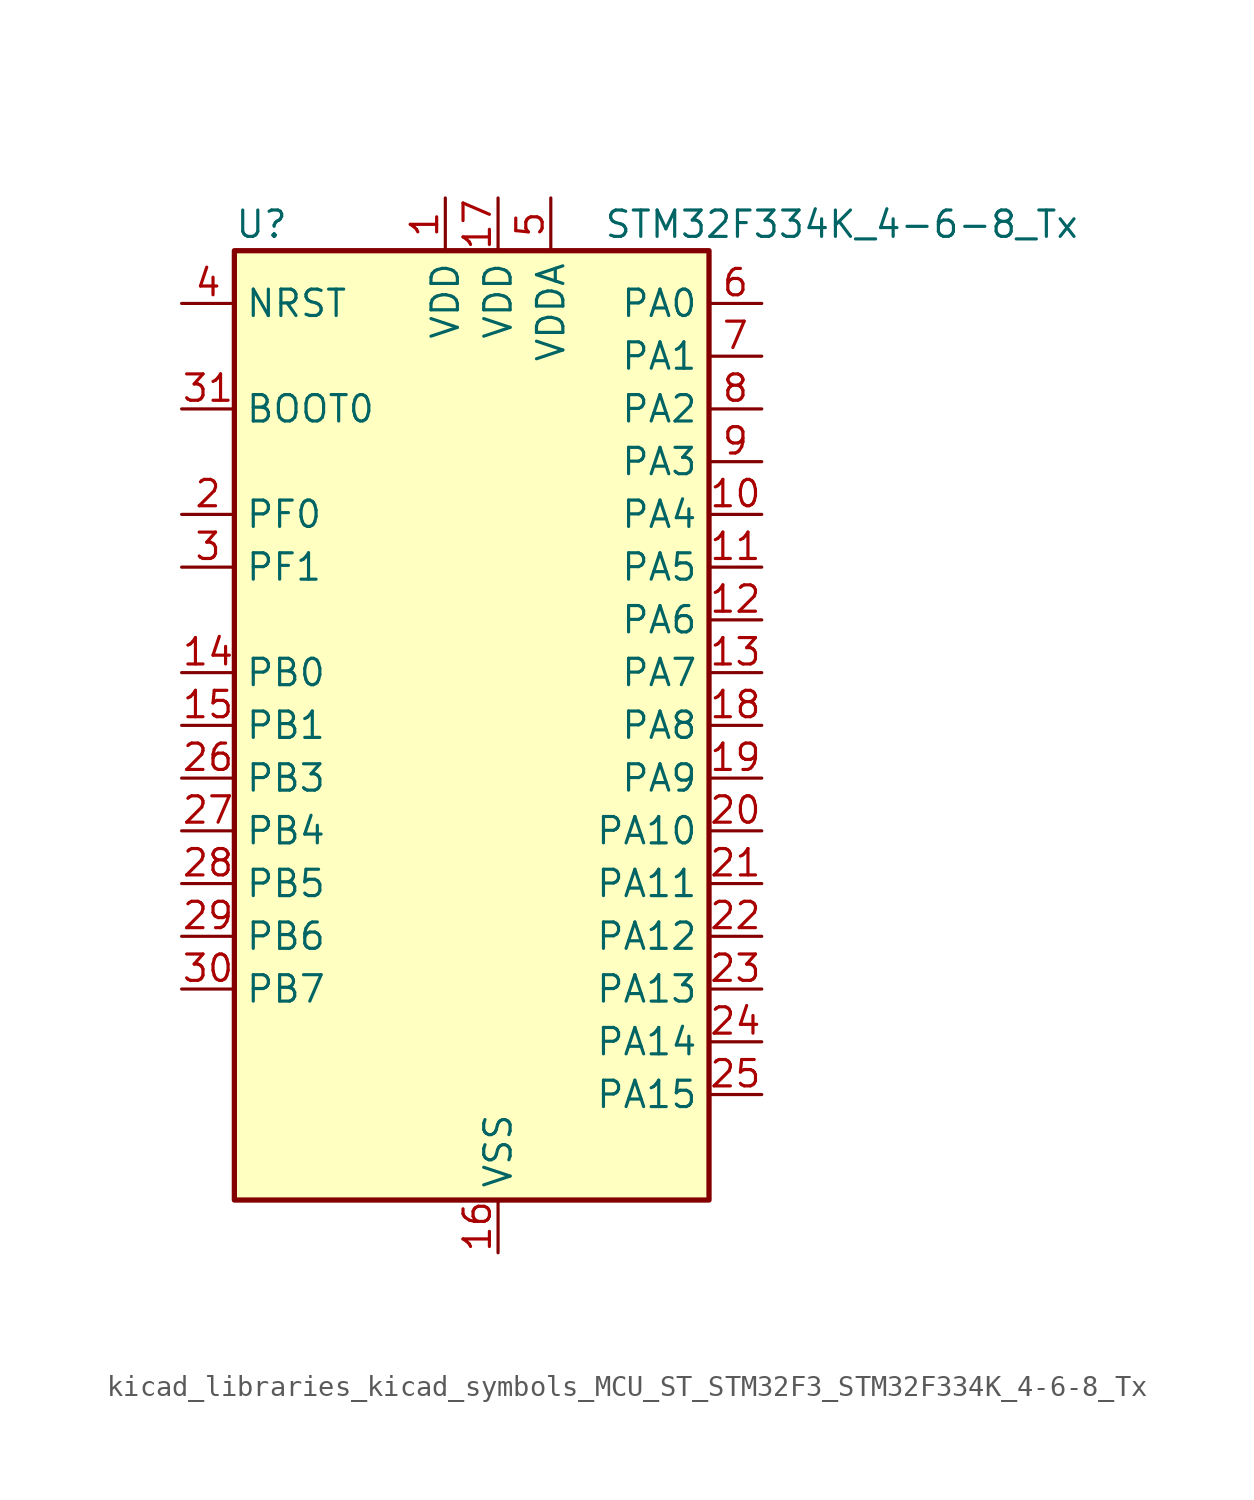
<source format=kicad_sym>
(kicad_symbol_lib
  (version 20220914)
  (generator kicad_symbol_editor)
  (symbol "kicad_libraries_kicad_symbols_MCU_ST_STM32F3_STM32F334K_4-6-8_Tx"
    (property "Reference" "U"
      (at -10.16 24.13 0)
      (effects (font (size 1.27 1.27)) (justify left)))
    (property "Value" "STM32F334K_4-6-8_Tx"
      (at 7.62 24.13 0)
      (effects (font (size 1.27 1.27)) (justify left)))
    (property "ki_locked" ""
      (at 0 0 0)
      (effects (font (size 1.27 1.27))))
    (symbol "kicad_libraries_kicad_symbols_MCU_ST_STM32F3_STM32F334K_4-6-8_Tx_0_1"
      (rectangle (start -10.16 -22.86) (end 12.7 22.86) (stroke (width 0.254) (type default)) (fill (type background))))
    (symbol "kicad_libraries_kicad_symbols_MCU_ST_STM32F3_STM32F334K_4-6-8_Tx_1_1"
      (pin power_in line (at 0 25.4 270) (length 2.54) (name "VDD" (effects (font (size 1.27 1.27)))) (number "1" (effects (font (size 1.27 1.27)))))
      (pin bidirectional line (at 15.24 10.16 180) (length 2.54) (name "PA4" (effects (font (size 1.27 1.27)))) (number "10" (effects (font (size 1.27 1.27)))) (alternate "ADC2_IN1" bidirectional line) (alternate "COMP2_INM" bidirectional line) (alternate "COMP4_INM" bidirectional line) (alternate "DAC1_OUT1" bidirectional line) (alternate "SPI1_NSS" bidirectional line) (alternate "TIM3_CH2" bidirectional line) (alternate "TSC_G2_IO1" bidirectional line) (alternate "USART2_CK" bidirectional line))
      (pin bidirectional line (at 15.24 7.62 180) (length 2.54) (name "PA5" (effects (font (size 1.27 1.27)))) (number "11" (effects (font (size 1.27 1.27)))) (alternate "ADC2_IN2" bidirectional line) (alternate "DAC1_OUT2" bidirectional line) (alternate "OPAMP2_VINM" bidirectional line) (alternate "OPAMP2_VINM_SEC" bidirectional line) (alternate "SPI1_SCK" bidirectional line) (alternate "TIM2_CH1" bidirectional line) (alternate "TIM2_ETR" bidirectional line) (alternate "TSC_G2_IO2" bidirectional line))
      (pin bidirectional line (at 15.24 5.08 180) (length 2.54) (name "PA6" (effects (font (size 1.27 1.27)))) (number "12" (effects (font (size 1.27 1.27)))) (alternate "ADC2_IN3" bidirectional line) (alternate "DAC2_OUT1" bidirectional line) (alternate "OPAMP2_DIG" bidirectional line) (alternate "OPAMP2_VOUT" bidirectional line) (alternate "SPI1_MISO" bidirectional line) (alternate "TIM16_CH1" bidirectional line) (alternate "TIM1_BKIN" bidirectional line) (alternate "TIM3_CH1" bidirectional line) (alternate "TSC_G2_IO3" bidirectional line))
      (pin bidirectional line (at 15.24 2.54 180) (length 2.54) (name "PA7" (effects (font (size 1.27 1.27)))) (number "13" (effects (font (size 1.27 1.27)))) (alternate "ADC2_IN4" bidirectional line) (alternate "COMP2_INP" bidirectional line) (alternate "OPAMP2_VINP" bidirectional line) (alternate "OPAMP2_VINP_SEC" bidirectional line) (alternate "SPI1_MOSI" bidirectional line) (alternate "TIM17_CH1" bidirectional line) (alternate "TIM1_CH1N" bidirectional line) (alternate "TIM3_CH2" bidirectional line) (alternate "TSC_G2_IO4" bidirectional line))
      (pin bidirectional line (at -12.7 2.54 0) (length 2.54) (name "PB0" (effects (font (size 1.27 1.27)))) (number "14" (effects (font (size 1.27 1.27)))) (alternate "ADC1_IN11" bidirectional line) (alternate "COMP4_INP" bidirectional line) (alternate "OPAMP2_VINP" bidirectional line) (alternate "OPAMP2_VINP_SEC" bidirectional line) (alternate "TIM1_CH2N" bidirectional line) (alternate "TIM3_CH3" bidirectional line) (alternate "TSC_G3_IO2" bidirectional line))
      (pin bidirectional line (at -12.7 0 0) (length 2.54) (name "PB1" (effects (font (size 1.27 1.27)))) (number "15" (effects (font (size 1.27 1.27)))) (alternate "ADC1_IN12" bidirectional line) (alternate "COMP4_OUT" bidirectional line) (alternate "HRTIM1_SCOUT" bidirectional line) (alternate "TIM1_CH3N" bidirectional line) (alternate "TIM3_CH4" bidirectional line) (alternate "TSC_G3_IO3" bidirectional line))
      (pin power_in line (at 2.54 -25.4 90) (length 2.54) (name "VSS" (effects (font (size 1.27 1.27)))) (number "16" (effects (font (size 1.27 1.27)))))
      (pin power_in line (at 2.54 25.4 270) (length 2.54) (name "VDD" (effects (font (size 1.27 1.27)))) (number "17" (effects (font (size 1.27 1.27)))))
      (pin bidirectional line (at 15.24 0 180) (length 2.54) (name "PA8" (effects (font (size 1.27 1.27)))) (number "18" (effects (font (size 1.27 1.27)))) (alternate "HRTIM1_CHA1" bidirectional line) (alternate "RCC_MCO" bidirectional line) (alternate "TIM1_CH1" bidirectional line) (alternate "USART1_CK" bidirectional line))
      (pin bidirectional line (at 15.24 -2.54 180) (length 2.54) (name "PA9" (effects (font (size 1.27 1.27)))) (number "19" (effects (font (size 1.27 1.27)))) (alternate "DAC1_EXTI9" bidirectional line) (alternate "DAC2_EXTI9" bidirectional line) (alternate "HRTIM1_CHA2" bidirectional line) (alternate "TIM15_BKIN" bidirectional line) (alternate "TIM1_CH2" bidirectional line) (alternate "TIM2_CH3" bidirectional line) (alternate "TSC_G4_IO1" bidirectional line) (alternate "USART1_TX" bidirectional line))
      (pin bidirectional line (at -12.7 10.16 0) (length 2.54) (name "PF0" (effects (font (size 1.27 1.27)))) (number "2" (effects (font (size 1.27 1.27)))) (alternate "RCC_OSC_IN" bidirectional line) (alternate "TIM1_CH3N" bidirectional line))
      (pin bidirectional line (at 15.24 -5.08 180) (length 2.54) (name "PA10" (effects (font (size 1.27 1.27)))) (number "20" (effects (font (size 1.27 1.27)))) (alternate "HRTIM1_CHB1" bidirectional line) (alternate "TIM17_BKIN" bidirectional line) (alternate "TIM1_CH3" bidirectional line) (alternate "TIM2_CH4" bidirectional line) (alternate "TSC_G4_IO2" bidirectional line) (alternate "USART1_RX" bidirectional line))
      (pin bidirectional line (at 15.24 -7.62 180) (length 2.54) (name "PA11" (effects (font (size 1.27 1.27)))) (number "21" (effects (font (size 1.27 1.27)))) (alternate "ADC1_EXTI11" bidirectional line) (alternate "ADC2_EXTI11" bidirectional line) (alternate "CAN_RX" bidirectional line) (alternate "HRTIM1_CHB2" bidirectional line) (alternate "TIM1_BKIN2" bidirectional line) (alternate "TIM1_CH1N" bidirectional line) (alternate "TIM1_CH4" bidirectional line) (alternate "USART1_CTS" bidirectional line))
      (pin bidirectional line (at 15.24 -10.16 180) (length 2.54) (name "PA12" (effects (font (size 1.27 1.27)))) (number "22" (effects (font (size 1.27 1.27)))) (alternate "CAN_TX" bidirectional line) (alternate "COMP2_OUT" bidirectional line) (alternate "HRTIM1_FLT1" bidirectional line) (alternate "TIM16_CH1" bidirectional line) (alternate "TIM1_CH2N" bidirectional line) (alternate "TIM1_ETR" bidirectional line) (alternate "USART1_DE" bidirectional line) (alternate "USART1_RTS" bidirectional line))
      (pin bidirectional line (at 15.24 -12.7 180) (length 2.54) (name "PA13" (effects (font (size 1.27 1.27)))) (number "23" (effects (font (size 1.27 1.27)))) (alternate "IR_OUT" bidirectional line) (alternate "SYS_JTMS-SWDIO" bidirectional line) (alternate "TIM16_CH1N" bidirectional line) (alternate "TSC_G4_IO3" bidirectional line))
      (pin bidirectional line (at 15.24 -15.24 180) (length 2.54) (name "PA14" (effects (font (size 1.27 1.27)))) (number "24" (effects (font (size 1.27 1.27)))) (alternate "I2C1_SDA" bidirectional line) (alternate "SYS_JTCK-SWCLK" bidirectional line) (alternate "TIM1_BKIN" bidirectional line) (alternate "TSC_G4_IO4" bidirectional line) (alternate "USART2_TX" bidirectional line))
      (pin bidirectional line (at 15.24 -17.78 180) (length 2.54) (name "PA15" (effects (font (size 1.27 1.27)))) (number "25" (effects (font (size 1.27 1.27)))) (alternate "ADC1_EXTI15" bidirectional line) (alternate "ADC2_EXTI15" bidirectional line) (alternate "HRTIM1_FLT2" bidirectional line) (alternate "I2C1_SCL" bidirectional line) (alternate "SPI1_NSS" bidirectional line) (alternate "SYS_JTDI" bidirectional line) (alternate "TIM1_BKIN" bidirectional line) (alternate "TIM2_CH1" bidirectional line) (alternate "TIM2_ETR" bidirectional line) (alternate "TSC_SYNC" bidirectional line) (alternate "USART2_RX" bidirectional line))
      (pin bidirectional line (at -12.7 -2.54 0) (length 2.54) (name "PB3" (effects (font (size 1.27 1.27)))) (number "26" (effects (font (size 1.27 1.27)))) (alternate "HRTIM1_EEV9" bidirectional line) (alternate "HRTIM1_SCOUT" bidirectional line) (alternate "SPI1_SCK" bidirectional line) (alternate "SYS_JTDO-TRACESWO" bidirectional line) (alternate "TIM2_CH2" bidirectional line) (alternate "TIM3_ETR" bidirectional line) (alternate "TSC_G5_IO1" bidirectional line) (alternate "USART2_TX" bidirectional line))
      (pin bidirectional line (at -12.7 -5.08 0) (length 2.54) (name "PB4" (effects (font (size 1.27 1.27)))) (number "27" (effects (font (size 1.27 1.27)))) (alternate "HRTIM1_EEV7" bidirectional line) (alternate "SPI1_MISO" bidirectional line) (alternate "SYS_NJTRST" bidirectional line) (alternate "TIM16_CH1" bidirectional line) (alternate "TIM17_BKIN" bidirectional line) (alternate "TIM3_CH1" bidirectional line) (alternate "TSC_G5_IO2" bidirectional line) (alternate "USART2_RX" bidirectional line))
      (pin bidirectional line (at -12.7 -7.62 0) (length 2.54) (name "PB5" (effects (font (size 1.27 1.27)))) (number "28" (effects (font (size 1.27 1.27)))) (alternate "HRTIM1_EEV6" bidirectional line) (alternate "I2C1_SMBA" bidirectional line) (alternate "SPI1_MOSI" bidirectional line) (alternate "TIM16_BKIN" bidirectional line) (alternate "TIM17_CH1" bidirectional line) (alternate "TIM3_CH2" bidirectional line) (alternate "USART2_CK" bidirectional line))
      (pin bidirectional line (at -12.7 -10.16 0) (length 2.54) (name "PB6" (effects (font (size 1.27 1.27)))) (number "29" (effects (font (size 1.27 1.27)))) (alternate "HRTIM1_EEV4" bidirectional line) (alternate "HRTIM1_SCIN" bidirectional line) (alternate "I2C1_SCL" bidirectional line) (alternate "TIM16_CH1N" bidirectional line) (alternate "TSC_G5_IO3" bidirectional line) (alternate "USART1_TX" bidirectional line))
      (pin bidirectional line (at -12.7 7.62 0) (length 2.54) (name "PF1" (effects (font (size 1.27 1.27)))) (number "3" (effects (font (size 1.27 1.27)))) (alternate "RCC_OSC_OUT" bidirectional line))
      (pin bidirectional line (at -12.7 -12.7 0) (length 2.54) (name "PB7" (effects (font (size 1.27 1.27)))) (number "30" (effects (font (size 1.27 1.27)))) (alternate "HRTIM1_EEV3" bidirectional line) (alternate "I2C1_SDA" bidirectional line) (alternate "TIM17_CH1N" bidirectional line) (alternate "TIM3_CH4" bidirectional line) (alternate "TSC_G5_IO4" bidirectional line) (alternate "USART1_RX" bidirectional line))
      (pin input line (at -12.7 15.24 0) (length 2.54) (name "BOOT0" (effects (font (size 1.27 1.27)))) (number "31" (effects (font (size 1.27 1.27)))))
      (pin passive line (at 2.54 -25.4 90) (length 2.54) hide (name "VSS" (effects (font (size 1.27 1.27)))) (number "32" (effects (font (size 1.27 1.27)))))
      (pin input line (at -12.7 20.32 0) (length 2.54) (name "NRST" (effects (font (size 1.27 1.27)))) (number "4" (effects (font (size 1.27 1.27)))))
      (pin power_in line (at 5.08 25.4 270) (length 2.54) (name "VDDA" (effects (font (size 1.27 1.27)))) (number "5" (effects (font (size 1.27 1.27)))))
      (pin bidirectional line (at 15.24 20.32 180) (length 2.54) (name "PA0" (effects (font (size 1.27 1.27)))) (number "6" (effects (font (size 1.27 1.27)))) (alternate "ADC1_IN1" bidirectional line) (alternate "RTC_TAMP2" bidirectional line) (alternate "SYS_WKUP1" bidirectional line) (alternate "TIM2_CH1" bidirectional line) (alternate "TIM2_ETR" bidirectional line) (alternate "TSC_G1_IO1" bidirectional line) (alternate "USART2_CTS" bidirectional line))
      (pin bidirectional line (at 15.24 17.78 180) (length 2.54) (name "PA1" (effects (font (size 1.27 1.27)))) (number "7" (effects (font (size 1.27 1.27)))) (alternate "ADC1_IN2" bidirectional line) (alternate "RTC_REFIN" bidirectional line) (alternate "TIM15_CH1N" bidirectional line) (alternate "TIM2_CH2" bidirectional line) (alternate "TSC_G1_IO2" bidirectional line) (alternate "USART2_DE" bidirectional line) (alternate "USART2_RTS" bidirectional line))
      (pin bidirectional line (at 15.24 15.24 180) (length 2.54) (name "PA2" (effects (font (size 1.27 1.27)))) (number "8" (effects (font (size 1.27 1.27)))) (alternate "ADC1_IN3" bidirectional line) (alternate "COMP2_INM" bidirectional line) (alternate "COMP2_OUT" bidirectional line) (alternate "TIM15_CH1" bidirectional line) (alternate "TIM2_CH3" bidirectional line) (alternate "TSC_G1_IO3" bidirectional line) (alternate "USART2_TX" bidirectional line))
      (pin bidirectional line (at 15.24 12.7 180) (length 2.54) (name "PA3" (effects (font (size 1.27 1.27)))) (number "9" (effects (font (size 1.27 1.27)))) (alternate "ADC1_IN4" bidirectional line) (alternate "TIM15_CH2" bidirectional line) (alternate "TIM2_CH4" bidirectional line) (alternate "TSC_G1_IO4" bidirectional line) (alternate "USART2_RX" bidirectional line)))))
</source>
